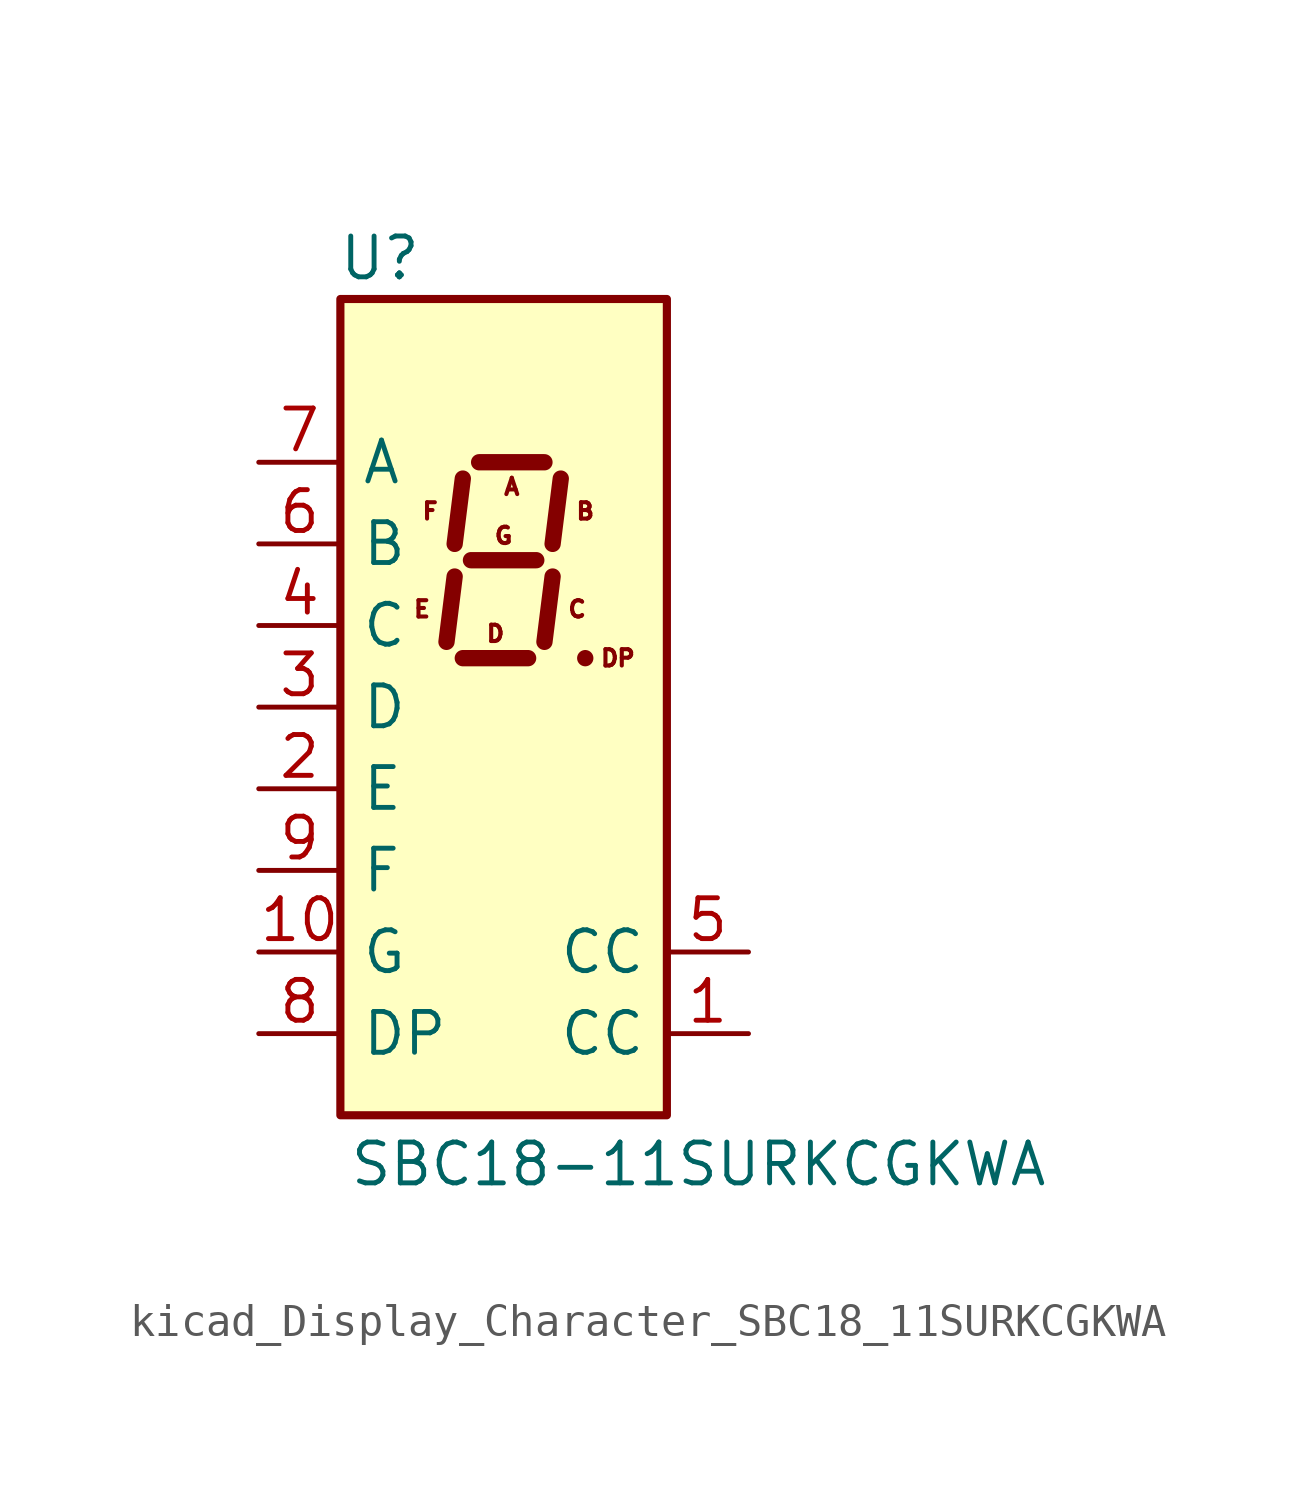
<source format=kicad_sym>
(kicad_symbol_lib
  (version 20220914)
  (generator kicad_symbol_editor)
  (symbol "kicad_Display_Character_SBC18_11SURKCGKWA"
    (pin_names
      (offset 0.635))
    (property "Reference" "U"
      (at -2.54 13.97 0)
      (effects (font (size 1.27 1.27)) (justify right)))
    (property "Value" "SBC18-11SURKCGKWA"
      (at -4.826 -14.224 0)
      (effects (font (size 1.27 1.27)) (justify left)))
    (symbol "kicad_Display_Character_SBC18_11SURKCGKWA_0_0"
      (text "A" (at 0.254 6.858 0) (effects (font (size 0.508 0.508))))
      (text "B" (at 2.54 6.096 0) (effects (font (size 0.508 0.508))))
      (text "C" (at 2.286 3.048 0) (effects (font (size 0.508 0.508))))
      (text "D" (at -0.254 2.286 0) (effects (font (size 0.508 0.508))))
      (text "DP" (at 3.556 1.524 0) (effects (font (size 0.508 0.508))))
      (text "E" (at -2.54 3.048 0) (effects (font (size 0.508 0.508))))
      (text "F" (at -2.286 6.096 0) (effects (font (size 0.508 0.508))))
      (text "G" (at 0 5.334 0) (effects (font (size 0.508 0.508)))))
    (symbol "kicad_Display_Character_SBC18_11SURKCGKWA_0_1"
      (rectangle (start -5.08 12.7) (end 5.08 -12.7) (stroke (width 0.254) (type default)) (fill (type background)))
      (polyline (pts (xy -1.524 4.064) (xy -1.778 2.032)) (stroke (width 0.508) (type default)) (fill (type none)))
      (polyline (pts (xy -1.27 1.524) (xy 0.762 1.524)) (stroke (width 0.508) (type default)) (fill (type none)))
      (polyline (pts (xy -1.27 7.112) (xy -1.524 5.08)) (stroke (width 0.508) (type default)) (fill (type none)))
      (polyline (pts (xy -1.016 4.572) (xy 1.016 4.572)) (stroke (width 0.508) (type default)) (fill (type none)))
      (polyline (pts (xy -0.762 7.62) (xy 1.27 7.62)) (stroke (width 0.508) (type default)) (fill (type none)))
      (polyline (pts (xy 1.524 4.064) (xy 1.27 2.032)) (stroke (width 0.508) (type default)) (fill (type none)))
      (polyline (pts (xy 1.778 7.112) (xy 1.524 5.08)) (stroke (width 0.508) (type default)) (fill (type none)))
      (polyline (pts (xy 2.54 1.524) (xy 2.54 1.524)) (stroke (width 0.508) (type default)) (fill (type none))))
    (symbol "kicad_Display_Character_SBC18_11SURKCGKWA_1_1"
      (pin input line (at 7.62 -10.16 180) (length 2.54) (name "CC" (effects (font (size 1.27 1.27)))) (number "1" (effects (font (size 1.27 1.27)))))
      (pin input line (at -7.62 -7.62 0) (length 2.54) (name "G" (effects (font (size 1.27 1.27)))) (number "10" (effects (font (size 1.27 1.27)))))
      (pin input line (at -7.62 -2.54 0) (length 2.54) (name "E" (effects (font (size 1.27 1.27)))) (number "2" (effects (font (size 1.27 1.27)))))
      (pin input line (at -7.62 0 0) (length 2.54) (name "D" (effects (font (size 1.27 1.27)))) (number "3" (effects (font (size 1.27 1.27)))))
      (pin input line (at -7.62 2.54 0) (length 2.54) (name "C" (effects (font (size 1.27 1.27)))) (number "4" (effects (font (size 1.27 1.27)))))
      (pin input line (at 7.62 -7.62 180) (length 2.54) (name "CC" (effects (font (size 1.27 1.27)))) (number "5" (effects (font (size 1.27 1.27)))))
      (pin input line (at -7.62 5.08 0) (length 2.54) (name "B" (effects (font (size 1.27 1.27)))) (number "6" (effects (font (size 1.27 1.27)))))
      (pin input line (at -7.62 7.62 0) (length 2.54) (name "A" (effects (font (size 1.27 1.27)))) (number "7" (effects (font (size 1.27 1.27)))))
      (pin input line (at -7.62 -10.16 0) (length 2.54) (name "DP" (effects (font (size 1.27 1.27)))) (number "8" (effects (font (size 1.27 1.27)))))
      (pin input line (at -7.62 -5.08 0) (length 2.54) (name "F" (effects (font (size 1.27 1.27)))) (number "9" (effects (font (size 1.27 1.27))))))))
</source>
